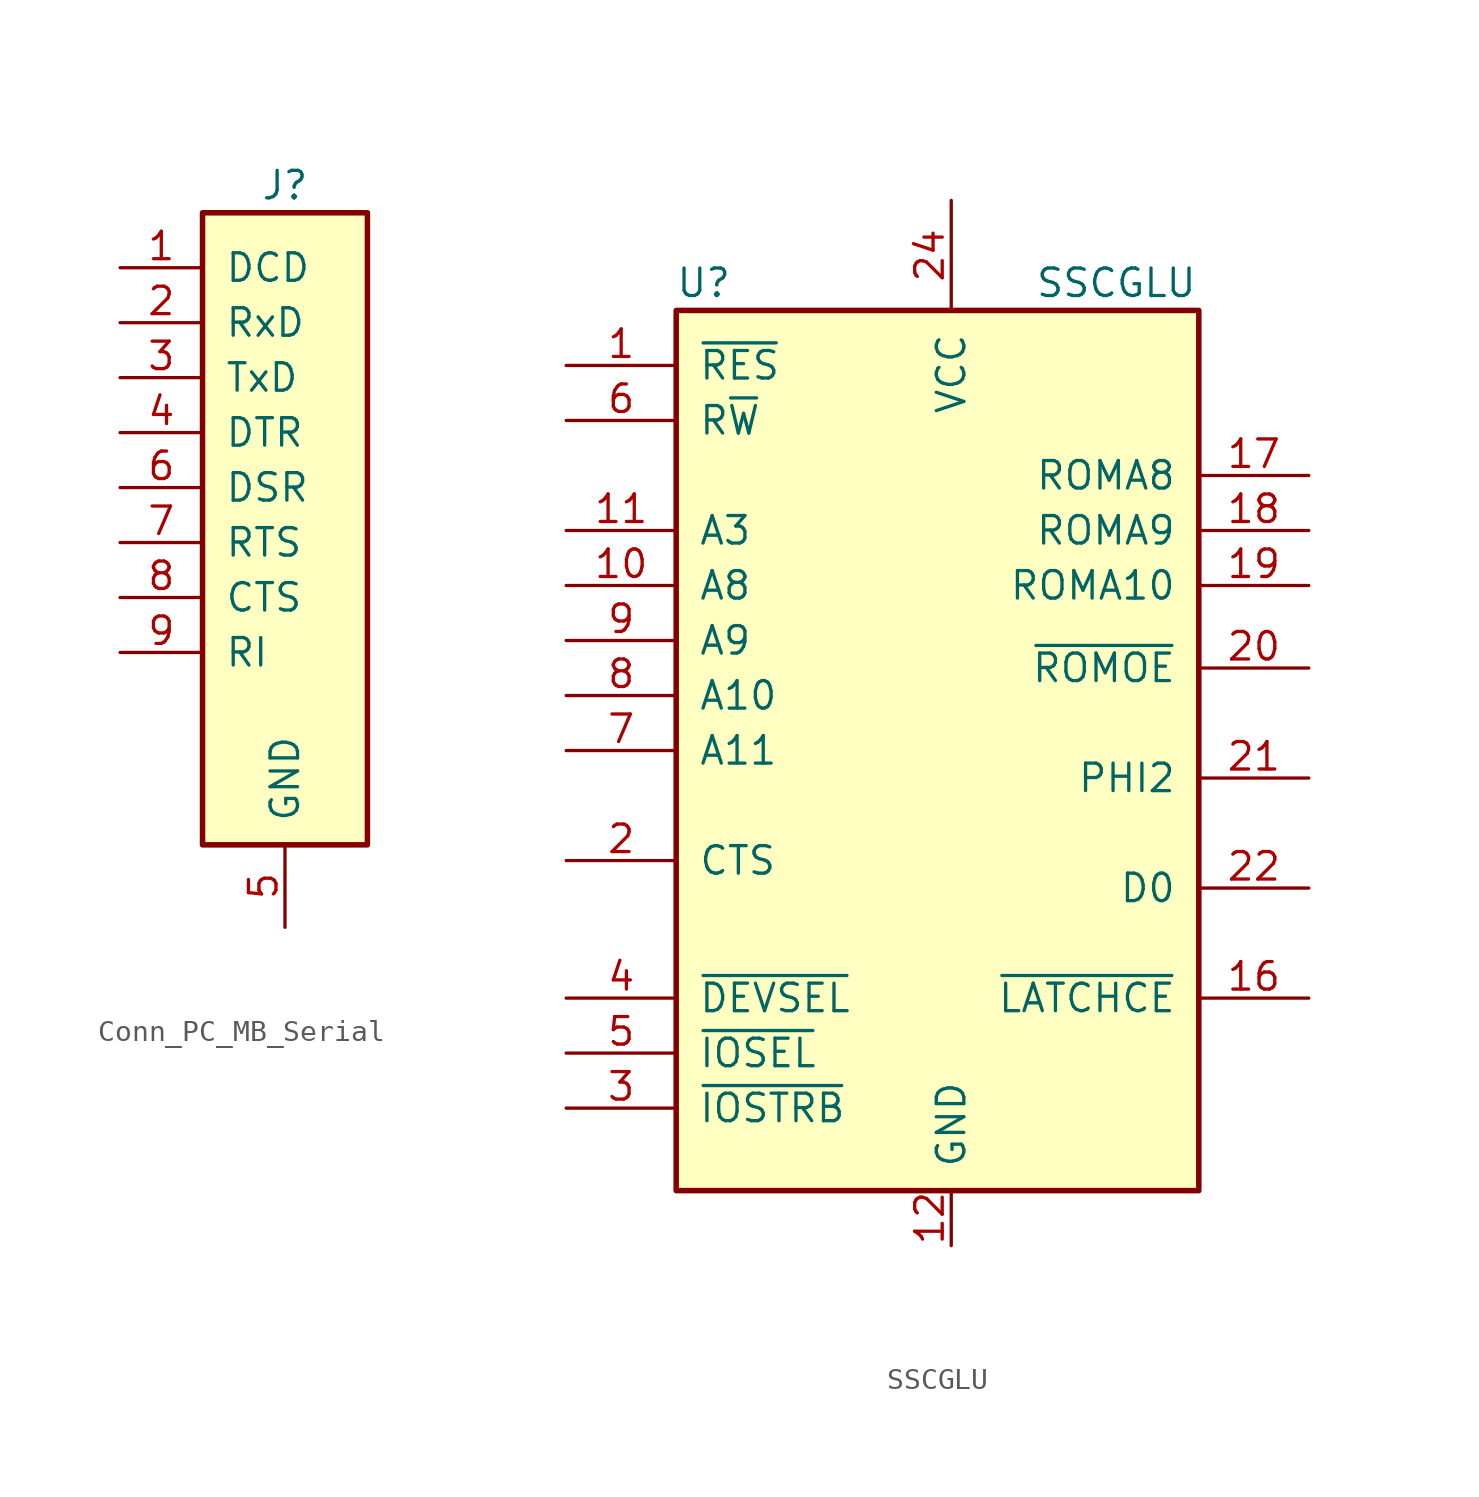
<source format=kicad_sym>
(kicad_symbol_lib
  (version 20220914)
  (generator kicad_symbol_editor)
  (symbol "Conn_PC_MB_Serial"
    (pin_names
      (offset 1.016))
    (property "Reference" "J"
      (at 0 16.51 0)
      (effects (font (size 1.27 1.27))))
    (symbol "Conn_PC_MB_Serial_1_1"
      (rectangle (start -3.81 15.24) (end 3.81 -13.97) (stroke (width 0.254) (type solid)) (fill (type background)))
      (pin output line (at -7.62 12.7 0) (length 3.81) (name "DCD" (effects (font (size 1.27 1.27)))) (number "1" (effects (font (size 1.27 1.27)))))
      (pin output line (at -7.62 10.16 0) (length 3.81) (name "RxD" (effects (font (size 1.27 1.27)))) (number "2" (effects (font (size 1.27 1.27)))))
      (pin input line (at -7.62 7.62 0) (length 3.81) (name "TxD" (effects (font (size 1.27 1.27)))) (number "3" (effects (font (size 1.27 1.27)))))
      (pin input line (at -7.62 5.08 0) (length 3.81) (name "DTR" (effects (font (size 1.27 1.27)))) (number "4" (effects (font (size 1.27 1.27)))))
      (pin power_in line (at 0 -17.78 90) (length 3.81) (name "GND" (effects (font (size 1.27 1.27)))) (number "5" (effects (font (size 1.27 1.27)))))
      (pin output line (at -7.62 2.54 0) (length 3.81) (name "DSR" (effects (font (size 1.27 1.27)))) (number "6" (effects (font (size 1.27 1.27)))))
      (pin input line (at -7.62 0 0) (length 3.81) (name "RTS" (effects (font (size 1.27 1.27)))) (number "7" (effects (font (size 1.27 1.27)))))
      (pin output line (at -7.62 -2.54 0) (length 3.81) (name "CTS" (effects (font (size 1.27 1.27)))) (number "8" (effects (font (size 1.27 1.27)))))
      (pin output line (at -7.62 -5.08 0) (length 3.81) (name "RI" (effects (font (size 1.27 1.27)))) (number "9" (effects (font (size 1.27 1.27)))))))
  (symbol "SSCGLU"
    (pin_names
      (offset 1.016))
    (property "Reference" "U"
      (at -11.43 21.59 0)
      (effects (font (size 1.27 1.27))))
    (property "Value" "SSCGLU"
      (at 7.62 21.59 0)
      (effects (font (size 1.27 1.27))))
    (symbol "SSCGLU_0_0"
      (pin power_in line (at 0 -22.86 90) (length 2.54) (name "GND" (effects (font (size 1.27 1.27)))) (number "12" (effects (font (size 1.27 1.27)))))
      (pin output line (at 16.51 -11.43 180) (length 5.08) (name "~{LATCHCE}" (effects (font (size 1.27 1.27)))) (number "16" (effects (font (size 1.27 1.27)))))
      (pin output line (at 16.51 -1.27 180) (length 5.08) (name "PHI2" (effects (font (size 1.27 1.27)))) (number "21" (effects (font (size 1.27 1.27)))))
      (pin tri_state line (at 16.51 -6.35 180) (length 5.08) (name "D0" (effects (font (size 1.27 1.27)))) (number "22" (effects (font (size 1.27 1.27)))))
      (pin input line (at -17.78 0 0) (length 5.08) (name "A11" (effects (font (size 1.27 1.27)))) (number "7" (effects (font (size 1.27 1.27)))))
      (pin input line (at -17.78 2.54 0) (length 5.08) (name "A10" (effects (font (size 1.27 1.27)))) (number "8" (effects (font (size 1.27 1.27))))))
    (symbol "SSCGLU_1_0"
      (pin input line (at -17.78 17.78 0) (length 5.08) (name "~{RES}" (effects (font (size 1.27 1.27)))) (number "1" (effects (font (size 1.27 1.27)))))
      (pin input line (at -17.78 7.62 0) (length 5.08) (name "A8" (effects (font (size 1.27 1.27)))) (number "10" (effects (font (size 1.27 1.27)))))
      (pin input line (at -17.78 10.16 0) (length 5.08) (name "A3" (effects (font (size 1.27 1.27)))) (number "11" (effects (font (size 1.27 1.27)))))
      (pin output line (at 16.51 12.7 180) (length 5.08) (name "ROMA8" (effects (font (size 1.27 1.27)))) (number "17" (effects (font (size 1.27 1.27)))))
      (pin output line (at 16.51 10.16 180) (length 5.08) (name "ROMA9" (effects (font (size 1.27 1.27)))) (number "18" (effects (font (size 1.27 1.27)))))
      (pin output line (at 16.51 7.62 180) (length 5.08) (name "ROMA10" (effects (font (size 1.27 1.27)))) (number "19" (effects (font (size 1.27 1.27)))))
      (pin input line (at -17.78 -5.08 0) (length 5.08) (name "CTS" (effects (font (size 1.27 1.27)))) (number "2" (effects (font (size 1.27 1.27)))))
      (pin output line (at 16.51 3.81 180) (length 5.08) (name "~{ROMOE}" (effects (font (size 1.27 1.27)))) (number "20" (effects (font (size 1.27 1.27)))))
      (pin power_in line (at 0 25.4 270) (length 5.08) (name "VCC" (effects (font (size 1.27 1.27)))) (number "24" (effects (font (size 1.27 1.27)))))
      (pin input line (at -17.78 -16.51 0) (length 5.08) (name "~{IOSTRB}" (effects (font (size 1.27 1.27)))) (number "3" (effects (font (size 1.27 1.27)))))
      (pin input line (at -17.78 -11.43 0) (length 5.08) (name "~{DEVSEL}" (effects (font (size 1.27 1.27)))) (number "4" (effects (font (size 1.27 1.27)))))
      (pin input line (at -17.78 -13.97 0) (length 5.08) (name "~{IOSEL}" (effects (font (size 1.27 1.27)))) (number "5" (effects (font (size 1.27 1.27)))))
      (pin input line (at -17.78 15.24 0) (length 5.08) (name "R~{W}" (effects (font (size 1.27 1.27)))) (number "6" (effects (font (size 1.27 1.27)))))
      (pin input line (at -17.78 5.08 0) (length 5.08) (name "A9" (effects (font (size 1.27 1.27)))) (number "9" (effects (font (size 1.27 1.27))))))
    (symbol "SSCGLU_1_1"
      (rectangle (start -12.7 20.32) (end 11.43 -20.32) (stroke (width 0.254) (type solid)) (fill (type background))))))
</source>
